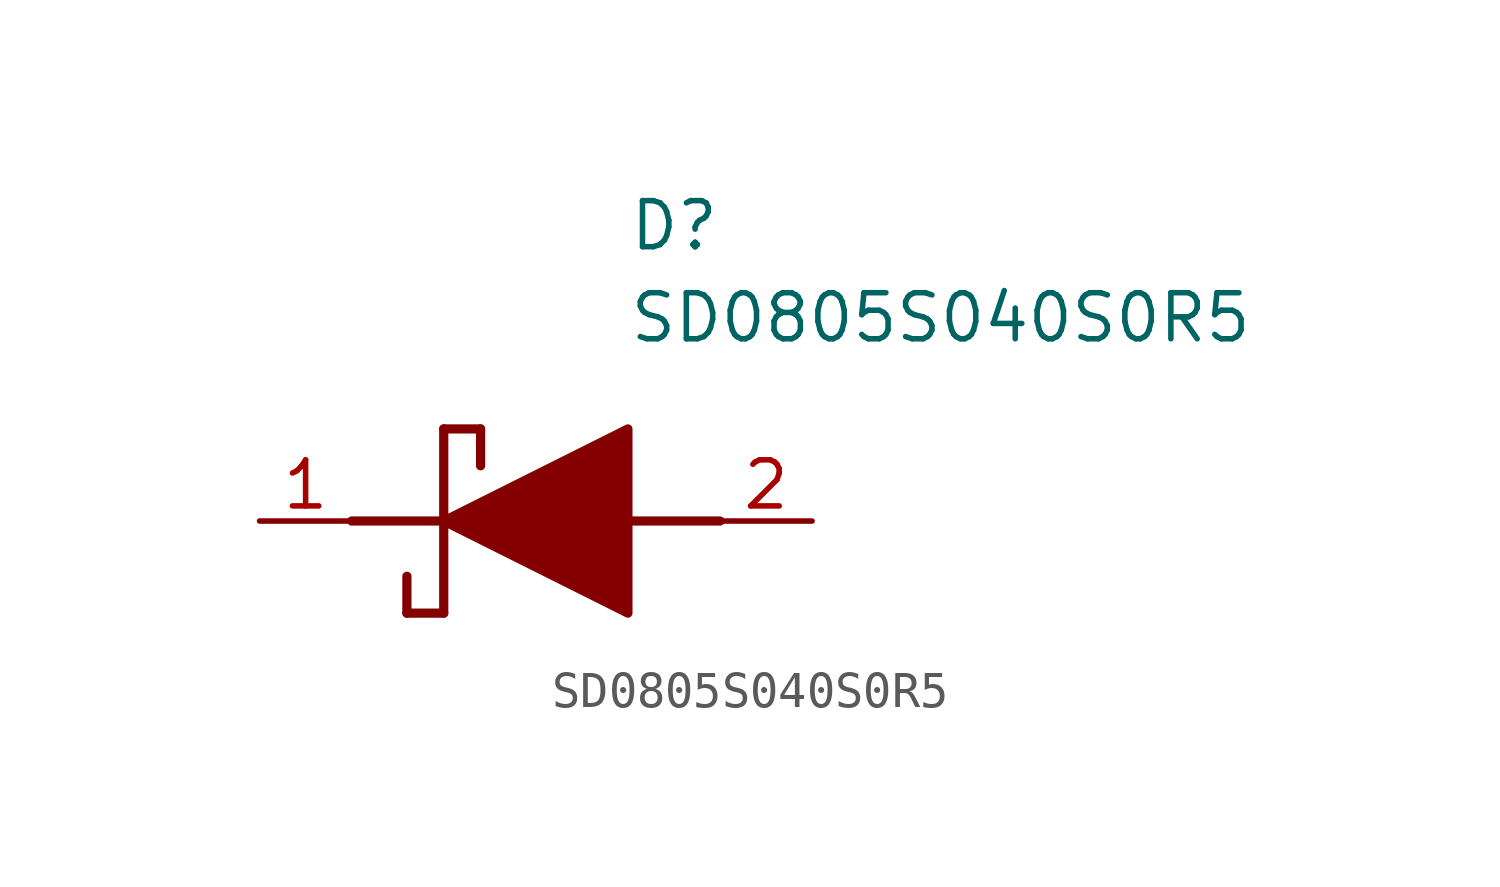
<source format=kicad_sym>
(kicad_symbol_lib
  (version 20211014)
  (generator SamacSys_ECAD_Model)
  (symbol "SD0805S040S0R5"
    (pin_names hide)
    (property "Reference" "D"
      (at 12.7 8.89 0)
      (effects (font (size 1.27 1.27)) (justify left top)))
    (property "Value" "SD0805S040S0R5"
      (at 12.7 6.35 0)
      (effects (font (size 1.27 1.27)) (justify left top)))
    (polyline
      (pts (xy 7.62 2.54) (xy 7.62 -2.54))
      (stroke (width 0.254) (type default))
      (fill (type none)))
    (polyline
      (pts (xy 7.62 2.54) (xy 8.636 2.54))
      (stroke (width 0.254) (type default))
      (fill (type none)))
    (polyline
      (pts (xy 8.636 1.524) (xy 8.636 2.54))
      (stroke (width 0.254) (type default))
      (fill (type none)))
    (polyline
      (pts (xy 7.62 -2.54) (xy 6.604 -2.54))
      (stroke (width 0.254) (type default))
      (fill (type none)))
    (polyline
      (pts (xy 6.604 -1.524) (xy 6.604 -2.54))
      (stroke (width 0.254) (type default))
      (fill (type none)))
    (polyline
      (pts (xy 5.08 0) (xy 7.62 0))
      (stroke (width 0.254) (type default))
      (fill (type none)))
    (polyline
      (pts (xy 12.7 0) (xy 15.24 0))
      (stroke (width 0.254) (type default))
      (fill (type none)))
    (polyline
      (pts (xy 7.62 0) (xy 12.7 2.54) (xy 12.7 -2.54) (xy 7.62 0))
      (stroke (width 0.254) (type default))
      (fill (type outline)))
    (pin passive line
      (at 2.54 0 0)
      (length 2.54)
      (name "K" (effects (font (size 1.27 1.27))))
      (number "1" (effects (font (size 1.27 1.27)))))
    (pin passive line
      (at 17.78 0 180)
      (length 2.54)
      (name "A" (effects (font (size 1.27 1.27))))
      (number "2" (effects (font (size 1.27 1.27)))))))
</source>
